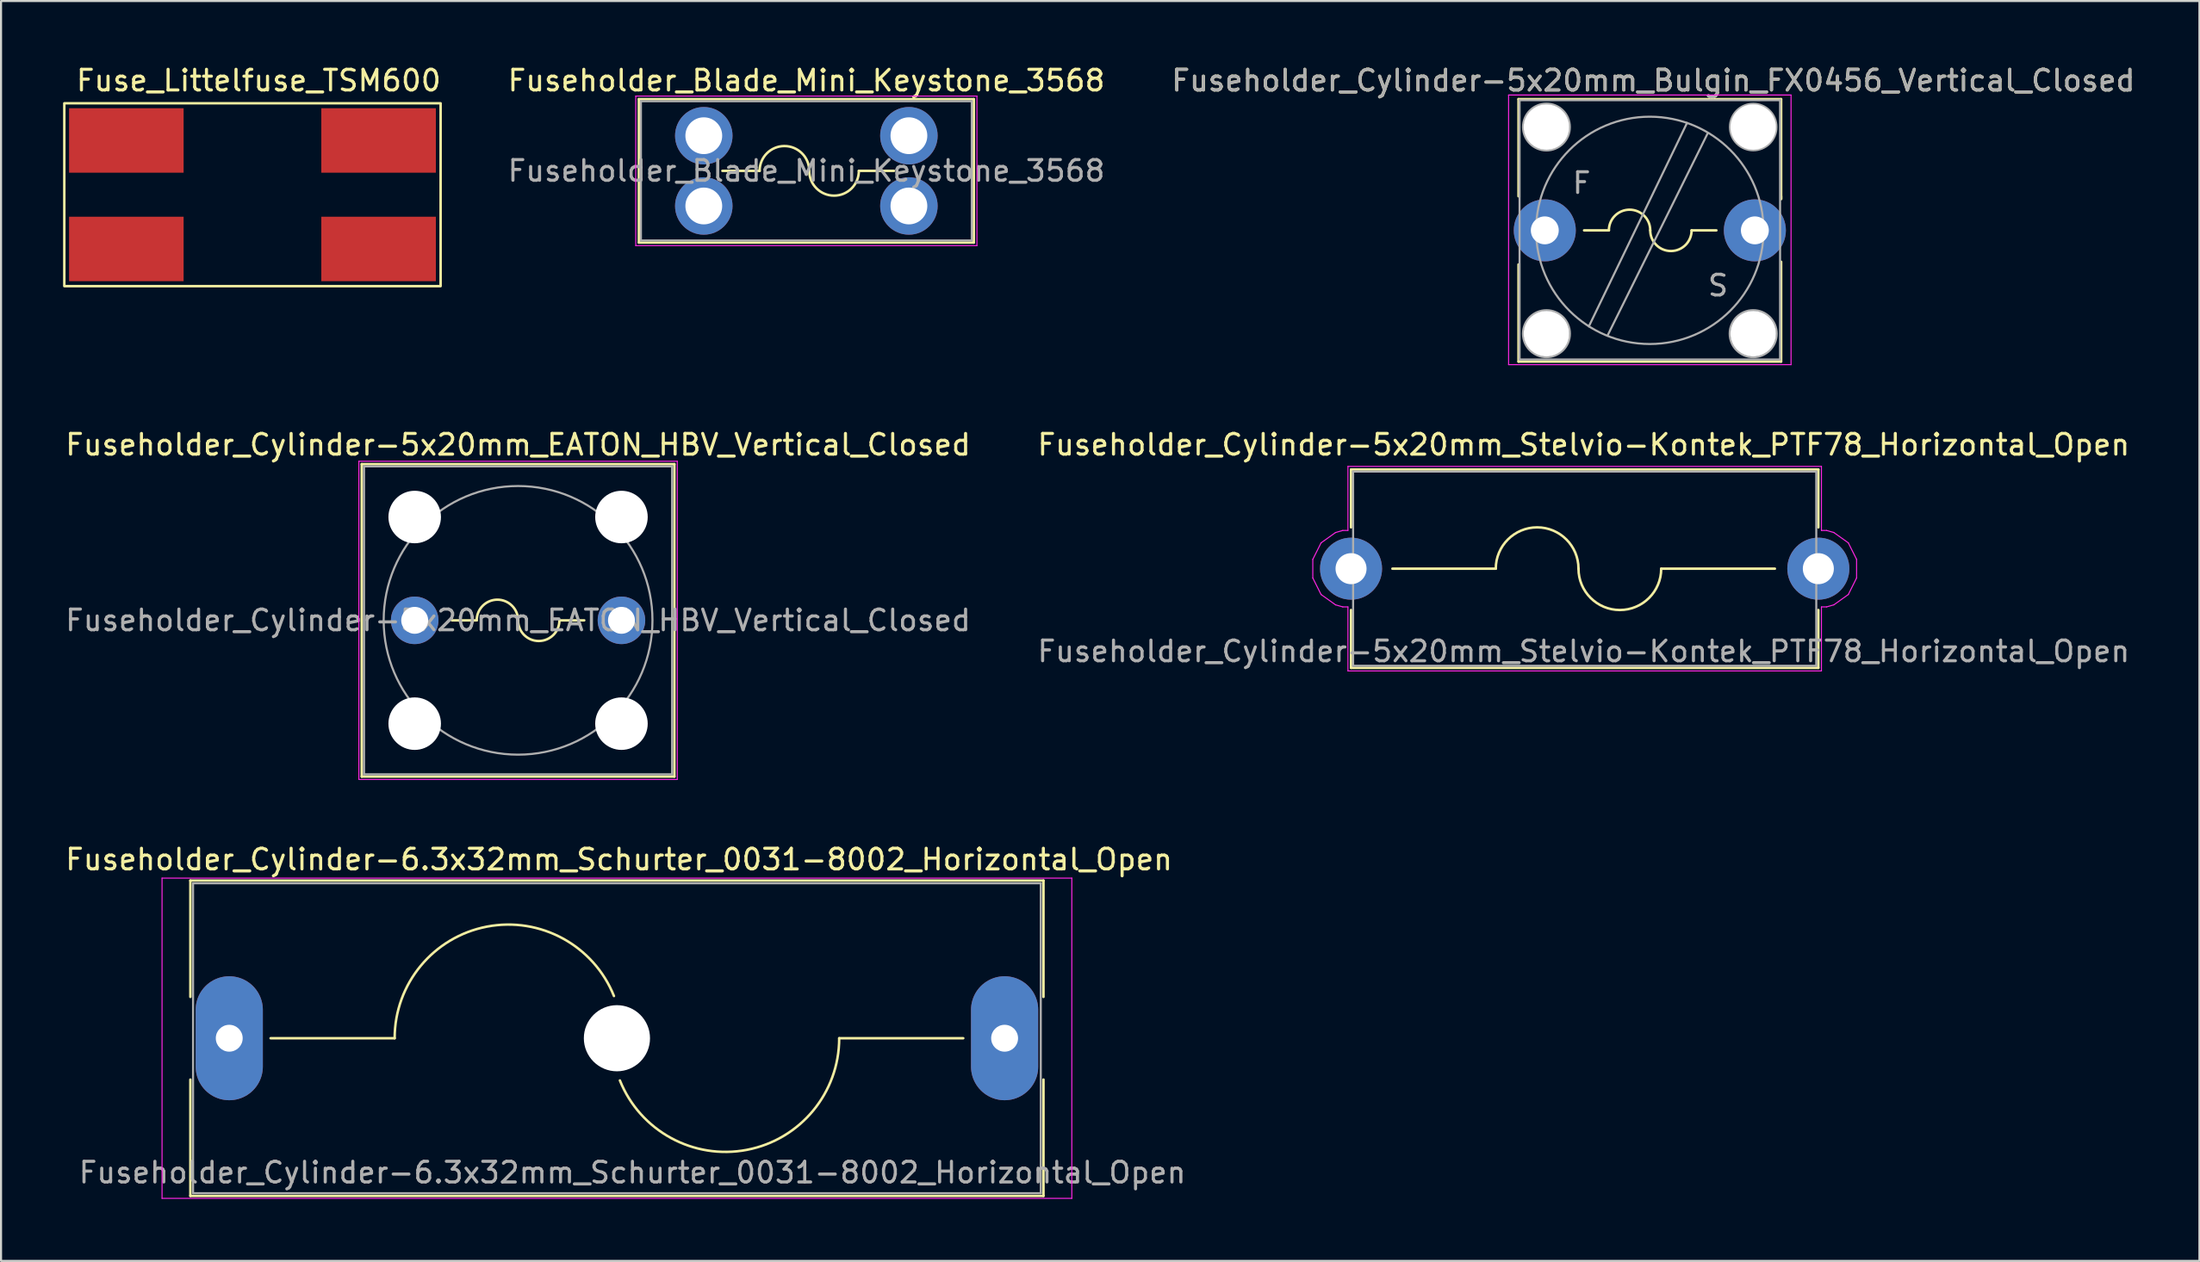
<source format=kicad_pcb>
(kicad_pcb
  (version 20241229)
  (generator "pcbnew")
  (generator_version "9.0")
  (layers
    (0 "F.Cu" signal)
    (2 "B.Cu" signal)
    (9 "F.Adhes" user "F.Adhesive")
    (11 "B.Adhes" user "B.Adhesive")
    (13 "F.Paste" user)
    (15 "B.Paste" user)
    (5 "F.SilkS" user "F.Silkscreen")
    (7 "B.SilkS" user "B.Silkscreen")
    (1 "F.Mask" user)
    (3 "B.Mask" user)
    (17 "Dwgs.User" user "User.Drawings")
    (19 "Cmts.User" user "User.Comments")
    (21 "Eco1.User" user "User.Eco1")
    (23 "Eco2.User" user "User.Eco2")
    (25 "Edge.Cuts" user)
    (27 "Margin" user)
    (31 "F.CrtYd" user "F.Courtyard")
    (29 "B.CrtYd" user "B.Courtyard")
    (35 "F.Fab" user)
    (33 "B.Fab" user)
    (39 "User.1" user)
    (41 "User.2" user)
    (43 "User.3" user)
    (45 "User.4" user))
  (footprint "Fuseholder_Cylinder-6.3x32mm_Schurter_0031-8002_Horizontal_Open"
    (layer "F.Cu")
    (at 8.037 47.195)
    (property "Reference" "Fuseholder_Cylinder-6.3x32mm_Schurter_0031-8002_Horizontal_Open" (at 18.85 -8.65 0) (layer "F.SilkS") (effects (font (size 1 1) (thickness 0.15))))
    (fp_line (start -1.88 -7.63) (end -1.88 -2) (stroke (width 0.12) (type solid)) (layer "F.SilkS"))
    (fp_line (start -1.88 -7.63) (end 39.38 -7.63) (stroke (width 0.12) (type solid)) (layer "F.SilkS"))
    (fp_line (start -1.88 2) (end -1.88 7.63) (stroke (width 0.12) (type solid)) (layer "F.SilkS"))
    (fp_line (start 2 0) (end 8 0) (stroke (width 0.12) (type solid)) (layer "F.SilkS"))
    (fp_line (start 29.5 0) (end 35.5 0) (stroke (width 0.12) (type solid)) (layer "F.SilkS"))
    (fp_line (start 39.38 -7.63) (end 39.38 -2) (stroke (width 0.12) (type solid)) (layer "F.SilkS"))
    (fp_line (start 39.38 2) (end 39.38 7.63) (stroke (width 0.12) (type solid)) (layer "F.SilkS"))
    (fp_line (start 39.38 7.63) (end -1.88 7.63) (stroke (width 0.12) (type solid)) (layer "F.SilkS"))
    (fp_arc (start 8 0) (mid 12.459909 -5.40076) (end 18.606622 -2.042649) (stroke (width 0.12) (type solid)) (layer "F.SilkS"))
    (fp_arc (start 29.5 0) (mid 25.040091 5.40076) (end 18.893378 2.042649) (stroke (width 0.12) (type solid)) (layer "F.SilkS"))
    (fp_line (start -3.25 -7.75) (end -3.25 7.75) (stroke (width 0.05) (type solid)) (layer "F.CrtYd"))
    (fp_line (start -3.25 -7.75) (end 40.75 -7.75) (stroke (width 0.05) (type solid)) (layer "F.CrtYd"))
    (fp_line (start 40.75 7.75) (end -3.25 7.75) (stroke (width 0.05) (type solid)) (layer "F.CrtYd"))
    (fp_line (start 40.75 7.75) (end 40.75 -7.75) (stroke (width 0.05) (type solid)) (layer "F.CrtYd"))
    (fp_line (start -1.75 -7.5) (end -1.75 7.5) (stroke (width 0.1) (type solid)) (layer "F.Fab"))
    (fp_line (start -1.75 7.5) (end 39.25 7.5) (stroke (width 0.1) (type solid)) (layer "F.Fab"))
    (fp_line (start 39.25 -7.5) (end -1.75 -7.5) (stroke (width 0.1) (type solid)) (layer "F.Fab"))
    (fp_line (start 39.25 7.5) (end 39.25 -7.5) (stroke (width 0.1) (type solid)) (layer "F.Fab"))
    (fp_text user "${REFERENCE}" (at 19.5 6.5 0) (layer "F.Fab") (effects (font (size 1 1) (thickness 0.15))))
    (pad "" np_thru_hole circle (at 18.75 0) (size 3.2 3.2) (drill 3.2) (layers "*.Cu" "*.Mask"))
    (pad "1" thru_hole oval (at 0 0) (size 3.25 6) (drill 1.3) (layers "*.Cu" "*.Mask"))
    (pad "2" thru_hole oval (at 37.5 0) (size 3.25 6) (drill 1.3) (layers "*.Cu" "*.Mask")))
  (footprint "Fuse_Littelfuse_TSM600"
    (layer "F.Cu")
    (at 9.16 6.398)
    (property "Reference" "Fuse_Littelfuse_TSM600" (at 0.3 -5.55 0) (layer "F.SilkS") (effects (font (size 1 1) (thickness 0.15))))
    (fp_rect (start -9.1 -4.45) (end 9.1 4.4) (stroke (width 0.12) (type solid)) (fill no) (layer "F.SilkS"))
    (pad "1" smd rect (at -6.1 -2.65) (size 5.54 3.12) (layers "F.Cu" "F.Mask" "F.Paste"))
    (pad "2" smd rect (at -6.1 2.6) (size 5.54 3.12) (layers "F.Cu" "F.Mask" "F.Paste"))
    (pad "3" smd rect (at 6.1 2.6) (size 5.54 3.12) (layers "F.Cu" "F.Mask" "F.Paste"))
    (pad "4" smd rect (at 6.1 -2.65) (size 5.54 3.12) (layers "F.Cu" "F.Mask" "F.Paste")))
  (footprint "Fuseholder_Blade_Mini_Keystone_3568"
    (layer "F.Cu")
    (at 30.988 3.518)
    (property "Reference" "Fuseholder_Blade_Mini_Keystone_3568" (at 4.96 -2.67 0) (layer "F.SilkS") (effects (font (size 1 1) (thickness 0.15))))
    (fp_line (start -3.14 -1.77) (end -3.14 5.17) (stroke (width 0.12) (type solid)) (layer "F.SilkS"))
    (fp_line (start -3.14 5.17) (end 13.06 5.17) (stroke (width 0.12) (type solid)) (layer "F.SilkS"))
    (fp_line (start 0.9 1.7) (end 2.7 1.7) (stroke (width 0.12) (type solid)) (layer "F.SilkS"))
    (fp_line (start 9.2 1.7) (end 7.5 1.7) (stroke (width 0.12) (type solid)) (layer "F.SilkS"))
    (fp_line (start 13.06 -1.77) (end -3.14 -1.77) (stroke (width 0.12) (type solid)) (layer "F.SilkS"))
    (fp_line (start 13.06 5.17) (end 13.06 -1.77) (stroke (width 0.12) (type solid)) (layer "F.SilkS"))
    (fp_arc (start 2.7 1.7) (mid 3.9 0.5) (end 5.1 1.7) (stroke (width 0.12) (type solid)) (layer "F.SilkS"))
    (fp_arc (start 7.5 1.7) (mid 6.3 2.9) (end 5.1 1.7) (stroke (width 0.12) (type solid)) (layer "F.SilkS"))
    (fp_line (start -3.29 -1.92) (end -3.29 5.32) (stroke (width 0.05) (type solid)) (layer "F.CrtYd"))
    (fp_line (start -3.29 5.32) (end 13.21 5.32) (stroke (width 0.05) (type solid)) (layer "F.CrtYd"))
    (fp_line (start 13.21 -1.92) (end -3.29 -1.92) (stroke (width 0.05) (type solid)) (layer "F.CrtYd"))
    (fp_line (start 13.21 5.32) (end 13.21 -1.92) (stroke (width 0.05) (type solid)) (layer "F.CrtYd"))
    (fp_line (start -3.04 -1.67) (end -3.04 5.07) (stroke (width 0.1) (type solid)) (layer "F.Fab"))
    (fp_line (start -3.04 5.07) (end 12.96 5.07) (stroke (width 0.1) (type solid)) (layer "F.Fab"))
    (fp_line (start 12.96 -1.67) (end -3.04 -1.67) (stroke (width 0.1) (type solid)) (layer "F.Fab"))
    (fp_line (start 12.96 5.07) (end 12.96 -1.67) (stroke (width 0.1) (type solid)) (layer "F.Fab"))
    (fp_text user "${REFERENCE}" (at 4.96 1.7 0) (layer "F.Fab") (effects (font (size 1 1) (thickness 0.15))))
    (pad "1" thru_hole circle (at 0 0) (size 2.78 2.78) (drill 1.78) (layers "*.Cu" "*.Mask"))
    (pad "1" thru_hole circle (at 0 3.4) (size 2.78 2.78) (drill 1.78) (layers "*.Cu" "*.Mask"))
    (pad "2" thru_hole circle (at 9.92 0) (size 2.78 2.78) (drill 1.78) (layers "*.Cu" "*.Mask"))
    (pad "2" thru_hole circle (at 9.92 3.4) (size 2.78 2.78) (drill 1.78) (layers "*.Cu" "*.Mask")))
  (footprint "Fuseholder_Cylinder-5x20mm_EATON_HBV_Vertical_Closed"
    (layer "F.Cu")
    (at 17.006 26.971)
    (property "Reference" "Fuseholder_Cylinder-5x20mm_EATON_HBV_Vertical_Closed" (at 5 -8.5 0) (layer "F.SilkS") (effects (font (size 1 1) (thickness 0.15))))
    (fp_line (start -2.56 -7.56) (end 12.56 -7.56) (stroke (width 0.12) (type solid)) (layer "F.SilkS"))
    (fp_line (start -2.56 7.56) (end -2.56 -7.56) (stroke (width 0.12) (type solid)) (layer "F.SilkS"))
    (fp_line (start 3 0) (end 1.8 0) (stroke (width 0.12) (type solid)) (layer "F.SilkS"))
    (fp_line (start 8.2 0) (end 7 0) (stroke (width 0.12) (type solid)) (layer "F.SilkS"))
    (fp_line (start 12.56 -7.56) (end 12.56 7.56) (stroke (width 0.12) (type solid)) (layer "F.SilkS"))
    (fp_line (start 12.56 7.56) (end -2.56 7.56) (stroke (width 0.12) (type solid)) (layer "F.SilkS"))
    (fp_arc (start 3 0) (mid 4 -1) (end 5 0) (stroke (width 0.12) (type solid)) (layer "F.SilkS"))
    (fp_arc (start 7 0) (mid 6 1) (end 5 0) (stroke (width 0.12) (type solid)) (layer "F.SilkS"))
    (fp_line (start -2.7 -7.7) (end 12.7 -7.7) (stroke (width 0.05) (type solid)) (layer "F.CrtYd"))
    (fp_line (start -2.7 7.7) (end -2.7 -7.7) (stroke (width 0.05) (type solid)) (layer "F.CrtYd"))
    (fp_line (start 12.7 -7.7) (end 12.7 7.7) (stroke (width 0.05) (type solid)) (layer "F.CrtYd"))
    (fp_line (start 12.7 7.7) (end -2.7 7.7) (stroke (width 0.05) (type solid)) (layer "F.CrtYd"))
    (fp_line (start -2.45 -7.45) (end 12.45 -7.45) (stroke (width 0.1) (type solid)) (layer "F.Fab"))
    (fp_line (start -2.45 7.45) (end -2.45 -7.45) (stroke (width 0.1) (type solid)) (layer "F.Fab"))
    (fp_line (start 12.45 -7.45) (end 12.45 7.45) (stroke (width 0.1) (type solid)) (layer "F.Fab"))
    (fp_line (start 12.45 7.45) (end -2.45 7.45) (stroke (width 0.1) (type solid)) (layer "F.Fab"))
    (fp_circle (center 5 0) (end 11.5 0) (stroke (width 0.1) (type solid)) (fill no) (layer "F.Fab"))
    (fp_text user "${REFERENCE}" (at 5 0 0) (layer "F.Fab") (effects (font (size 1 1) (thickness 0.15))))
    (pad "" np_thru_hole circle (at 0 -5) (size 2.54 2.54) (drill 2.54) (layers "*.Cu" "*.Mask"))
    (pad "" np_thru_hole circle (at 0 5) (size 2.54 2.54) (drill 2.54) (layers "*.Cu" "*.Mask"))
    (pad "" np_thru_hole circle (at 10 -5) (size 2.54 2.54) (drill 2.54) (layers "*.Cu" "*.Mask"))
    (pad "" np_thru_hole circle (at 10 5) (size 2.54 2.54) (drill 2.54) (layers "*.Cu" "*.Mask"))
    (pad "1" thru_hole circle (at 0 0) (size 2.3 2.3) (drill 1.3) (layers "*.Cu" "*.Mask"))
    (pad "2" thru_hole circle (at 10 0) (size 2.3 2.3) (drill 1.3) (layers "*.Cu" "*.Mask")))
  (footprint "Fuseholder_Cylinder-5x20mm_Stelvio-Kontek_PTF78_Horizontal_Open"
    (layer "F.Cu")
    (at 62.292 24.471)
    (property "Reference" "Fuseholder_Cylinder-5x20mm_Stelvio-Kontek_PTF78_Horizontal_Open" (at 11.25 -6 0) (layer "F.SilkS") (effects (font (size 1 1) (thickness 0.15))))
    (fp_line (start 0 -4.8) (end 22.6 -4.8) (stroke (width 0.12) (type solid)) (layer "F.SilkS"))
    (fp_line (start 0 -2) (end 0 -4.8) (stroke (width 0.12) (type solid)) (layer "F.SilkS"))
    (fp_line (start 0 4.8) (end 0 2) (stroke (width 0.12) (type solid)) (layer "F.SilkS"))
    (fp_line (start 0 4.8) (end 22.6 4.8) (stroke (width 0.12) (type solid)) (layer "F.SilkS"))
    (fp_line (start 2 0) (end 7 0) (stroke (width 0.12) (type solid)) (layer "F.SilkS"))
    (fp_line (start 20.5 0) (end 15 0) (stroke (width 0.12) (type solid)) (layer "F.SilkS"))
    (fp_line (start 22.6 -2) (end 22.6 -4.8) (stroke (width 0.12) (type solid)) (layer "F.SilkS"))
    (fp_line (start 22.6 4.8) (end 22.6 2) (stroke (width 0.12) (type solid)) (layer "F.SilkS"))
    (fp_arc (start 7 0) (mid 9 -2) (end 11 0) (stroke (width 0.12) (type solid)) (layer "F.SilkS"))
    (fp_arc (start 15 0) (mid 13 2) (end 11 0) (stroke (width 0.12) (type solid)) (layer "F.SilkS"))
    (fp_line (start -1.85 -0.45) (end -1.85 0.45) (stroke (width 0.05) (type solid)) (layer "F.CrtYd"))
    (fp_line (start -1.85 -0.45) (end -1.45 -1.25) (stroke (width 0.05) (type solid)) (layer "F.CrtYd"))
    (fp_line (start -1.45 1.25) (end -1.85 0.45) (stroke (width 0.05) (type solid)) (layer "F.CrtYd"))
    (fp_line (start -1.45 1.25) (end -0.75 1.75) (stroke (width 0.05) (type solid)) (layer "F.CrtYd"))
    (fp_line (start -0.75 -1.75) (end -1.45 -1.25) (stroke (width 0.05) (type solid)) (layer "F.CrtYd"))
    (fp_line (start -0.75 1.75) (end -0.4 1.85) (stroke (width 0.05) (type solid)) (layer "F.CrtYd"))
    (fp_line (start -0.4 -1.85) (end -0.75 -1.75) (stroke (width 0.05) (type solid)) (layer "F.CrtYd"))
    (fp_line (start -0.4 1.85) (end -0.15 1.85) (stroke (width 0.05) (type solid)) (layer "F.CrtYd"))
    (fp_line (start -0.15 -4.95) (end 22.75 -4.95) (stroke (width 0.05) (type solid)) (layer "F.CrtYd"))
    (fp_line (start -0.15 -1.85) (end -0.4 -1.85) (stroke (width 0.05) (type solid)) (layer "F.CrtYd"))
    (fp_line (start -0.15 -1.85) (end -0.15 -4.95) (stroke (width 0.05) (type solid)) (layer "F.CrtYd"))
    (fp_line (start -0.15 4.95) (end -0.15 1.85) (stroke (width 0.05) (type solid)) (layer "F.CrtYd"))
    (fp_line (start 22.75 -1.85) (end 22.75 -4.95) (stroke (width 0.05) (type solid)) (layer "F.CrtYd"))
    (fp_line (start 22.75 -1.85) (end 23 -1.85) (stroke (width 0.05) (type solid)) (layer "F.CrtYd"))
    (fp_line (start 22.75 1.85) (end 22.75 4.95) (stroke (width 0.05) (type solid)) (layer "F.CrtYd"))
    (fp_line (start 22.75 1.85) (end 23 1.85) (stroke (width 0.05) (type solid)) (layer "F.CrtYd"))
    (fp_line (start 22.75 4.95) (end -0.15 4.95) (stroke (width 0.05) (type solid)) (layer "F.CrtYd"))
    (fp_line (start 23 1.85) (end 23.35 1.75) (stroke (width 0.05) (type solid)) (layer "F.CrtYd"))
    (fp_line (start 23.35 -1.75) (end 23 -1.85) (stroke (width 0.05) (type solid)) (layer "F.CrtYd"))
    (fp_line (start 23.35 1.75) (end 24.05 1.25) (stroke (width 0.05) (type solid)) (layer "F.CrtYd"))
    (fp_line (start 24.05 -1.25) (end 23.35 -1.75) (stroke (width 0.05) (type solid)) (layer "F.CrtYd"))
    (fp_line (start 24.05 1.25) (end 24.45 0.45) (stroke (width 0.05) (type solid)) (layer "F.CrtYd"))
    (fp_line (start 24.45 -0.45) (end 24.05 -1.25) (stroke (width 0.05) (type solid)) (layer "F.CrtYd"))
    (fp_line (start 24.45 0.45) (end 24.45 -0.45) (stroke (width 0.05) (type solid)) (layer "F.CrtYd"))
    (fp_line (start 0.1 -4.7) (end 0.1 4.7) (stroke (width 0.1) (type solid)) (layer "F.Fab"))
    (fp_line (start 0.1 4.7) (end 22.5 4.7) (stroke (width 0.1) (type solid)) (layer "F.Fab"))
    (fp_line (start 22.5 -4.7) (end 0.1 -4.7) (stroke (width 0.1) (type solid)) (layer "F.Fab"))
    (fp_line (start 22.5 4.7) (end 22.5 -4.7) (stroke (width 0.1) (type solid)) (layer "F.Fab"))
    (fp_text user "${REFERENCE}" (at 11.25 4 0) (layer "F.Fab") (effects (font (size 1 1) (thickness 0.15))))
    (pad "1" thru_hole circle (at 0 0) (size 3 3) (drill 1.5) (layers "*.Cu" "*.Mask"))
    (pad "2" thru_hole circle (at 22.6 0) (size 3 3) (drill 1.5) (layers "*.Cu" "*.Mask")))
  (footprint "Fuseholder_Cylinder-5x20mm_Bulgin_FX0456_Vertical_Closed"
    (layer "F.Cu")
    (at 71.662 8.098)
    (property "Reference" "Fuseholder_Cylinder-5x20mm_Bulgin_FX0456_Vertical_Closed" (at 5.25 -7.25 0) (layer "F.SilkS") (effects (font (size 1 1) (thickness 0.15))))
    (fp_line (start -1.27 -6.35) (end -1.27 -1.65) (stroke (width 0.12) (type solid)) (layer "F.SilkS"))
    (fp_line (start -1.27 6.35) (end -1.27 1.65) (stroke (width 0.12) (type solid)) (layer "F.SilkS"))
    (fp_line (start -1.27 6.35) (end 11.43 6.35) (stroke (width 0.12) (type solid)) (layer "F.SilkS"))
    (fp_line (start 3.1 0) (end 1.9 0) (stroke (width 0.12) (type solid)) (layer "F.SilkS"))
    (fp_line (start 8.3 0) (end 7.1 0) (stroke (width 0.12) (type solid)) (layer "F.SilkS"))
    (fp_line (start 11.43 -6.35) (end -1.27 -6.35) (stroke (width 0.12) (type solid)) (layer "F.SilkS"))
    (fp_line (start 11.43 -6.35) (end 11.43 -1.52) (stroke (width 0.12) (type solid)) (layer "F.SilkS"))
    (fp_line (start 11.43 -1.52) (end 11.43 -1.65) (stroke (width 0.12) (type solid)) (layer "F.SilkS"))
    (fp_line (start 11.43 6.35) (end 11.43 1.52) (stroke (width 0.12) (type solid)) (layer "F.SilkS"))
    (fp_arc (start 3.1 0) (mid 4.1 -1) (end 5.1 0) (stroke (width 0.12) (type solid)) (layer "F.SilkS"))
    (fp_arc (start 7.1 0) (mid 6.1 1) (end 5.1 0) (stroke (width 0.12) (type solid)) (layer "F.SilkS"))
    (fp_line (start -1.75 -6.55) (end -1.75 6.5) (stroke (width 0.05) (type solid)) (layer "F.CrtYd"))
    (fp_line (start -1.75 -6.55) (end 11.91 -6.55) (stroke (width 0.05) (type solid)) (layer "F.CrtYd"))
    (fp_line (start 11.91 6.5) (end -1.75 6.5) (stroke (width 0.05) (type solid)) (layer "F.CrtYd"))
    (fp_line (start 11.91 6.5) (end 11.91 -6.55) (stroke (width 0.05) (type solid)) (layer "F.CrtYd"))
    (fp_line (start -1.22 -6.3) (end -1.22 6.25) (stroke (width 0.1) (type solid)) (layer "F.Fab"))
    (fp_line (start -1.22 6.25) (end 11.38 6.25) (stroke (width 0.1) (type solid)) (layer "F.Fab"))
    (fp_line (start 3.03 5.1) (end 7.88 -4.7) (stroke (width 0.1) (type solid)) (layer "F.Fab"))
    (fp_line (start 6.88 -5.2) (end 2.13 4.65) (stroke (width 0.1) (type solid)) (layer "F.Fab"))
    (fp_line (start 11.38 -6.3) (end -1.22 -6.3) (stroke (width 0.1) (type solid)) (layer "F.Fab"))
    (fp_line (start 11.38 6.25) (end 11.38 -6.3) (stroke (width 0.1) (type solid)) (layer "F.Fab"))
    (fp_circle (center 0.08 -5) (end 0.48 -3.94) (stroke (width 0.1) (type solid)) (fill no) (layer "F.Fab"))
    (fp_circle (center 0.08 5) (end 0.58 6.02) (stroke (width 0.1) (type solid)) (fill no) (layer "F.Fab"))
    (fp_circle (center 5.08 0) (end 5.13 5.5) (stroke (width 0.1) (type solid)) (fill no) (layer "F.Fab"))
    (fp_circle (center 10.08 -5) (end 10.46 -3.94) (stroke (width 0.1) (type solid)) (fill no) (layer "F.Fab"))
    (fp_circle (center 10.08 5) (end 10.64 5.99) (stroke (width 0.1) (type solid)) (fill no) (layer "F.Fab"))
    (fp_text user "F" (at 1.78 -2.29 0) (layer "F.Fab") (effects (font (size 1 1) (thickness 0.15))))
    (fp_text user "${REFERENCE}" (at 5.25 -7.25 0) (layer "F.Fab") (effects (font (size 1 1) (thickness 0.15))))
    (fp_text user "S" (at 8.38 2.67 0) (layer "F.Fab") (effects (font (size 1 1) (thickness 0.15))))
    (pad "" np_thru_hole circle (at 0.08 -5) (size 2.2 2.2) (drill 2.2) (layers "*.Cu" "*.Mask"))
    (pad "" np_thru_hole circle (at 0.08 5) (size 2.2 2.2) (drill 2.2) (layers "*.Cu" "*.Mask"))
    (pad "" np_thru_hole circle (at 10.08 -5) (size 2.2 2.2) (drill 2.2) (layers "*.Cu" "*.Mask"))
    (pad "" np_thru_hole circle (at 10.08 5) (size 2.2 2.2) (drill 2.2) (layers "*.Cu" "*.Mask"))
    (pad "1" thru_hole circle (at 0 0) (size 3 3) (drill 1.35) (layers "*.Cu" "*.Mask"))
    (pad "2" thru_hole circle (at 10.16 0) (size 3 3) (drill 1.35) (layers "*.Cu" "*.Mask")))
  (gr_rect
    (start -3 -3)
    (end 103.323 57.97)
    (stroke (width 0.1) (type default))
    (fill no)
    (layer "Edge.Cuts")))
</source>
